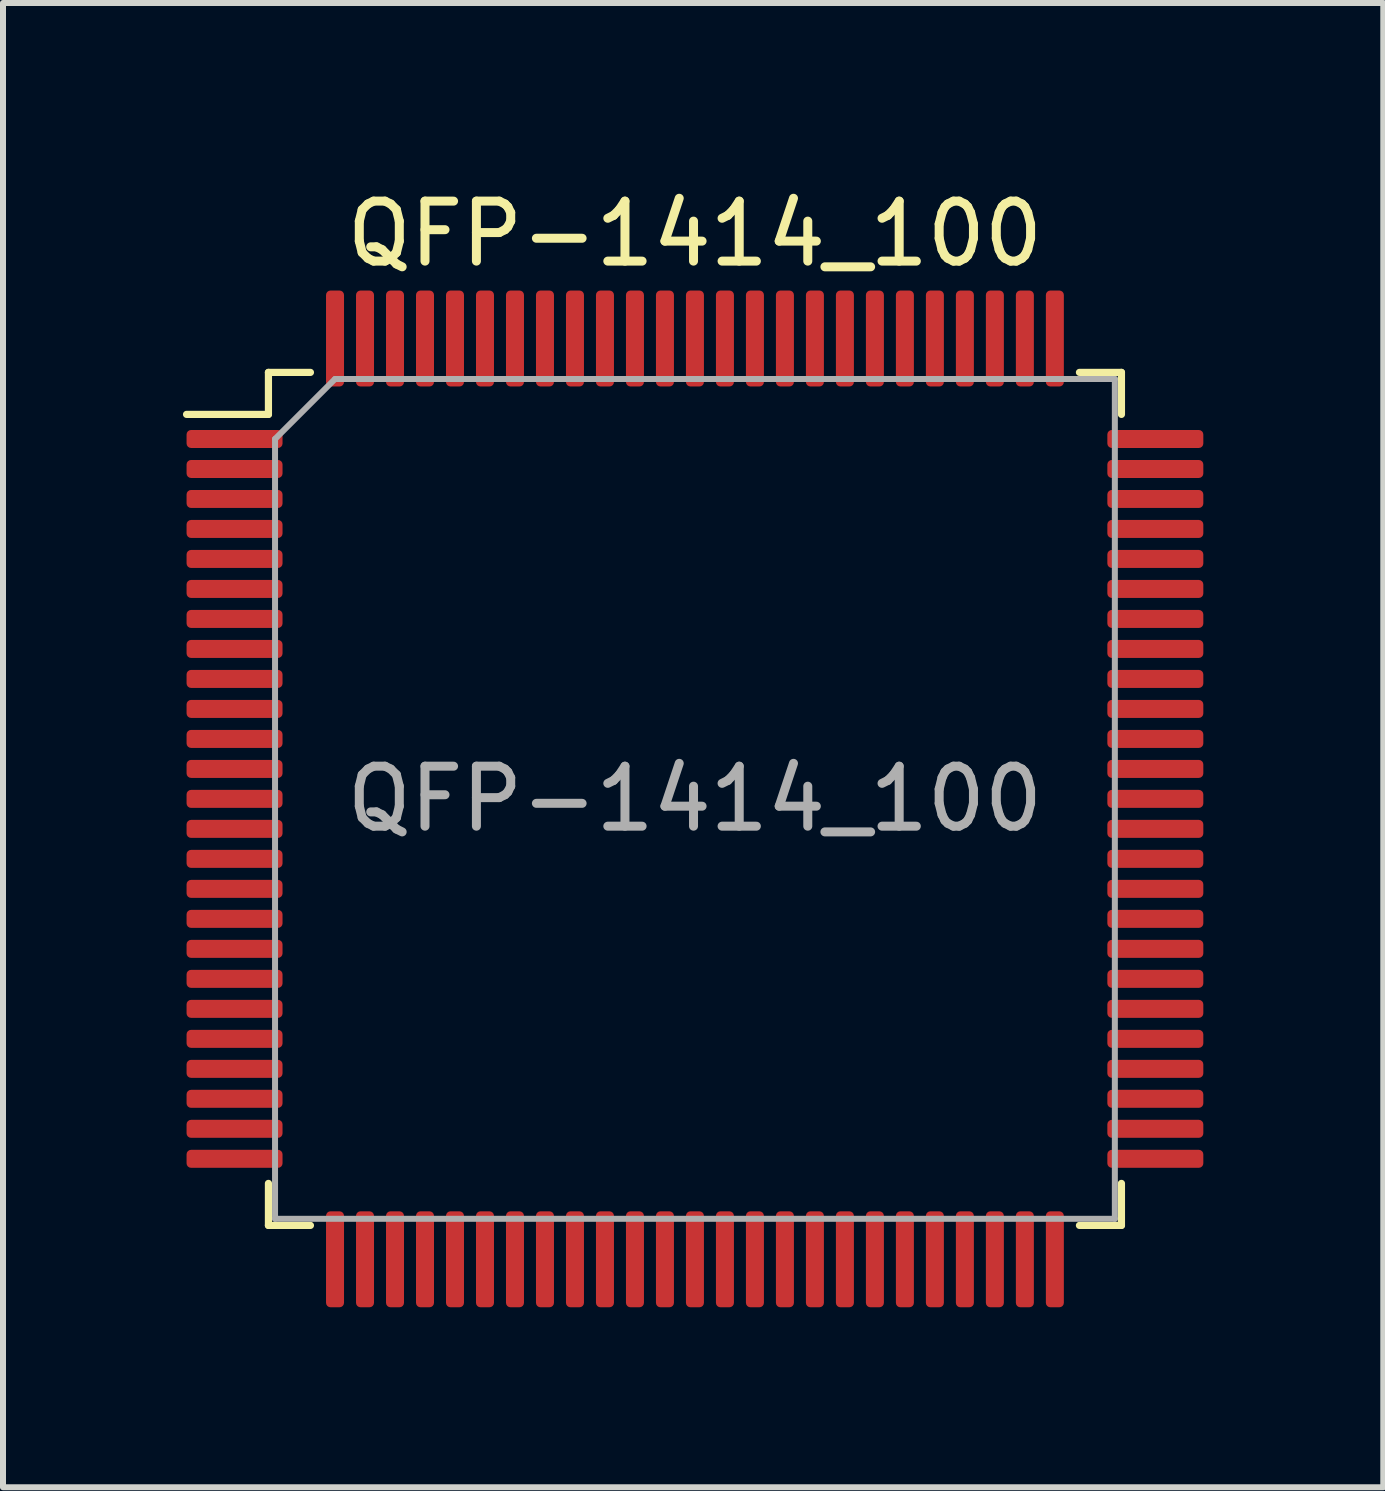
<source format=kicad_pcb>
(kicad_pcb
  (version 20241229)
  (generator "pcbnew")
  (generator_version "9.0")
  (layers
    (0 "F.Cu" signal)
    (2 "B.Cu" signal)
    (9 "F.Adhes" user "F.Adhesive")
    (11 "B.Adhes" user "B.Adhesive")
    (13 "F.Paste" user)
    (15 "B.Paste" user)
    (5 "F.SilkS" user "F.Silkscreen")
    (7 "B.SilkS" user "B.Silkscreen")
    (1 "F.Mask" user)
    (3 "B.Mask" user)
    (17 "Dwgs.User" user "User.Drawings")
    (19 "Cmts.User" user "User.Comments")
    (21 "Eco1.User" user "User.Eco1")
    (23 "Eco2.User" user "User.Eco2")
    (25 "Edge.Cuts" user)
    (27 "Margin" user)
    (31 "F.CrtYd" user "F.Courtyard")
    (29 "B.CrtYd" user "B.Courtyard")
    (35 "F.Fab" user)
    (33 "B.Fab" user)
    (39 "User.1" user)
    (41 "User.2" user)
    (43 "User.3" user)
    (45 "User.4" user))
  (footprint "QFP-1414_100"
    (layer "F.Cu")
    (at 8.535 10.268)
    (property "Reference" "QFP-1414_100" (at 0 -9.42 0) (layer "F.SilkS") (effects (font (size 1 1) (thickness 0.15))))
    (attr smd)
    (fp_line (start -7.11 -7.11) (end -7.11 -6.41) (stroke (width 0.12) (type solid)) (layer "F.SilkS"))
    (fp_line (start -7.11 -6.41) (end -8.475 -6.41) (stroke (width 0.12) (type solid)) (layer "F.SilkS"))
    (fp_line (start -7.11 7.11) (end -7.11 6.41) (stroke (width 0.12) (type solid)) (layer "F.SilkS"))
    (fp_line (start -6.41 -7.11) (end -7.11 -7.11) (stroke (width 0.12) (type solid)) (layer "F.SilkS"))
    (fp_line (start -6.41 7.11) (end -7.11 7.11) (stroke (width 0.12) (type solid)) (layer "F.SilkS"))
    (fp_line (start 6.41 -7.11) (end 7.11 -7.11) (stroke (width 0.12) (type solid)) (layer "F.SilkS"))
    (fp_line (start 6.41 7.11) (end 7.11 7.11) (stroke (width 0.12) (type solid)) (layer "F.SilkS"))
    (fp_line (start 7.11 -7.11) (end 7.11 -6.41) (stroke (width 0.12) (type solid)) (layer "F.SilkS"))
    (fp_line (start 7.11 7.11) (end 7.11 6.41) (stroke (width 0.12) (type solid)) (layer "F.SilkS"))
    (fp_line (start -7 -6) (end -6 -7) (stroke (width 0.1) (type solid)) (layer "F.Fab"))
    (fp_line (start -7 7) (end -7 -6) (stroke (width 0.1) (type solid)) (layer "F.Fab"))
    (fp_line (start -6 -7) (end 7 -7) (stroke (width 0.1) (type solid)) (layer "F.Fab"))
    (fp_line (start 7 -7) (end 7 7) (stroke (width 0.1) (type solid)) (layer "F.Fab"))
    (fp_line (start 7 7) (end -7 7) (stroke (width 0.1) (type solid)) (layer "F.Fab"))
    (fp_text user "${REFERENCE}" (at 0 0 0) (layer "F.Fab") (effects (font (size 1 1) (thickness 0.15))))
    (pad "1" smd roundrect (at -7.675 -6) (size 1.6 0.3) (layers "F.Cu" "F.Mask" "F.Paste") (roundrect_rratio 0.25))
    (pad "2" smd roundrect (at -7.675 -5.5) (size 1.6 0.3) (layers "F.Cu" "F.Mask" "F.Paste") (roundrect_rratio 0.25))
    (pad "3" smd roundrect (at -7.675 -5) (size 1.6 0.3) (layers "F.Cu" "F.Mask" "F.Paste") (roundrect_rratio 0.25))
    (pad "4" smd roundrect (at -7.675 -4.5) (size 1.6 0.3) (layers "F.Cu" "F.Mask" "F.Paste") (roundrect_rratio 0.25))
    (pad "5" smd roundrect (at -7.675 -4) (size 1.6 0.3) (layers "F.Cu" "F.Mask" "F.Paste") (roundrect_rratio 0.25))
    (pad "6" smd roundrect (at -7.675 -3.5) (size 1.6 0.3) (layers "F.Cu" "F.Mask" "F.Paste") (roundrect_rratio 0.25))
    (pad "7" smd roundrect (at -7.675 -3) (size 1.6 0.3) (layers "F.Cu" "F.Mask" "F.Paste") (roundrect_rratio 0.25))
    (pad "8" smd roundrect (at -7.675 -2.5) (size 1.6 0.3) (layers "F.Cu" "F.Mask" "F.Paste") (roundrect_rratio 0.25))
    (pad "9" smd roundrect (at -7.675 -2) (size 1.6 0.3) (layers "F.Cu" "F.Mask" "F.Paste") (roundrect_rratio 0.25))
    (pad "10" smd roundrect (at -7.675 -1.5) (size 1.6 0.3) (layers "F.Cu" "F.Mask" "F.Paste") (roundrect_rratio 0.25))
    (pad "11" smd roundrect (at -7.675 -1) (size 1.6 0.3) (layers "F.Cu" "F.Mask" "F.Paste") (roundrect_rratio 0.25))
    (pad "12" smd roundrect (at -7.675 -0.5) (size 1.6 0.3) (layers "F.Cu" "F.Mask" "F.Paste") (roundrect_rratio 0.25))
    (pad "13" smd roundrect (at -7.675 0) (size 1.6 0.3) (layers "F.Cu" "F.Mask" "F.Paste") (roundrect_rratio 0.25))
    (pad "14" smd roundrect (at -7.675 0.5) (size 1.6 0.3) (layers "F.Cu" "F.Mask" "F.Paste") (roundrect_rratio 0.25))
    (pad "15" smd roundrect (at -7.675 1) (size 1.6 0.3) (layers "F.Cu" "F.Mask" "F.Paste") (roundrect_rratio 0.25))
    (pad "16" smd roundrect (at -7.675 1.5) (size 1.6 0.3) (layers "F.Cu" "F.Mask" "F.Paste") (roundrect_rratio 0.25))
    (pad "17" smd roundrect (at -7.675 2) (size 1.6 0.3) (layers "F.Cu" "F.Mask" "F.Paste") (roundrect_rratio 0.25))
    (pad "18" smd roundrect (at -7.675 2.5) (size 1.6 0.3) (layers "F.Cu" "F.Mask" "F.Paste") (roundrect_rratio 0.25))
    (pad "19" smd roundrect (at -7.675 3) (size 1.6 0.3) (layers "F.Cu" "F.Mask" "F.Paste") (roundrect_rratio 0.25))
    (pad "20" smd roundrect (at -7.675 3.5) (size 1.6 0.3) (layers "F.Cu" "F.Mask" "F.Paste") (roundrect_rratio 0.25))
    (pad "21" smd roundrect (at -7.675 4) (size 1.6 0.3) (layers "F.Cu" "F.Mask" "F.Paste") (roundrect_rratio 0.25))
    (pad "22" smd roundrect (at -7.675 4.5) (size 1.6 0.3) (layers "F.Cu" "F.Mask" "F.Paste") (roundrect_rratio 0.25))
    (pad "23" smd roundrect (at -7.675 5) (size 1.6 0.3) (layers "F.Cu" "F.Mask" "F.Paste") (roundrect_rratio 0.25))
    (pad "24" smd roundrect (at -7.675 5.5) (size 1.6 0.3) (layers "F.Cu" "F.Mask" "F.Paste") (roundrect_rratio 0.25))
    (pad "25" smd roundrect (at -7.675 6) (size 1.6 0.3) (layers "F.Cu" "F.Mask" "F.Paste") (roundrect_rratio 0.25))
    (pad "26" smd roundrect (at -6 7.675) (size 0.3 1.6) (layers "F.Cu" "F.Mask" "F.Paste") (roundrect_rratio 0.25))
    (pad "27" smd roundrect (at -5.5 7.675) (size 0.3 1.6) (layers "F.Cu" "F.Mask" "F.Paste") (roundrect_rratio 0.25))
    (pad "28" smd roundrect (at -5 7.675) (size 0.3 1.6) (layers "F.Cu" "F.Mask" "F.Paste") (roundrect_rratio 0.25))
    (pad "29" smd roundrect (at -4.5 7.675) (size 0.3 1.6) (layers "F.Cu" "F.Mask" "F.Paste") (roundrect_rratio 0.25))
    (pad "30" smd roundrect (at -4 7.675) (size 0.3 1.6) (layers "F.Cu" "F.Mask" "F.Paste") (roundrect_rratio 0.25))
    (pad "31" smd roundrect (at -3.5 7.675) (size 0.3 1.6) (layers "F.Cu" "F.Mask" "F.Paste") (roundrect_rratio 0.25))
    (pad "32" smd roundrect (at -3 7.675) (size 0.3 1.6) (layers "F.Cu" "F.Mask" "F.Paste") (roundrect_rratio 0.25))
    (pad "33" smd roundrect (at -2.5 7.675) (size 0.3 1.6) (layers "F.Cu" "F.Mask" "F.Paste") (roundrect_rratio 0.25))
    (pad "34" smd roundrect (at -2 7.675) (size 0.3 1.6) (layers "F.Cu" "F.Mask" "F.Paste") (roundrect_rratio 0.25))
    (pad "35" smd roundrect (at -1.5 7.675) (size 0.3 1.6) (layers "F.Cu" "F.Mask" "F.Paste") (roundrect_rratio 0.25))
    (pad "36" smd roundrect (at -1 7.675) (size 0.3 1.6) (layers "F.Cu" "F.Mask" "F.Paste") (roundrect_rratio 0.25))
    (pad "37" smd roundrect (at -0.5 7.675) (size 0.3 1.6) (layers "F.Cu" "F.Mask" "F.Paste") (roundrect_rratio 0.25))
    (pad "38" smd roundrect (at 0 7.675) (size 0.3 1.6) (layers "F.Cu" "F.Mask" "F.Paste") (roundrect_rratio 0.25))
    (pad "39" smd roundrect (at 0.5 7.675) (size 0.3 1.6) (layers "F.Cu" "F.Mask" "F.Paste") (roundrect_rratio 0.25))
    (pad "40" smd roundrect (at 1 7.675) (size 0.3 1.6) (layers "F.Cu" "F.Mask" "F.Paste") (roundrect_rratio 0.25))
    (pad "41" smd roundrect (at 1.5 7.675) (size 0.3 1.6) (layers "F.Cu" "F.Mask" "F.Paste") (roundrect_rratio 0.25))
    (pad "42" smd roundrect (at 2 7.675) (size 0.3 1.6) (layers "F.Cu" "F.Mask" "F.Paste") (roundrect_rratio 0.25))
    (pad "43" smd roundrect (at 2.5 7.675) (size 0.3 1.6) (layers "F.Cu" "F.Mask" "F.Paste") (roundrect_rratio 0.25))
    (pad "44" smd roundrect (at 3 7.675) (size 0.3 1.6) (layers "F.Cu" "F.Mask" "F.Paste") (roundrect_rratio 0.25))
    (pad "45" smd roundrect (at 3.5 7.675) (size 0.3 1.6) (layers "F.Cu" "F.Mask" "F.Paste") (roundrect_rratio 0.25))
    (pad "46" smd roundrect (at 4 7.675) (size 0.3 1.6) (layers "F.Cu" "F.Mask" "F.Paste") (roundrect_rratio 0.25))
    (pad "47" smd roundrect (at 4.5 7.675) (size 0.3 1.6) (layers "F.Cu" "F.Mask" "F.Paste") (roundrect_rratio 0.25))
    (pad "48" smd roundrect (at 5 7.675) (size 0.3 1.6) (layers "F.Cu" "F.Mask" "F.Paste") (roundrect_rratio 0.25))
    (pad "49" smd roundrect (at 5.5 7.675) (size 0.3 1.6) (layers "F.Cu" "F.Mask" "F.Paste") (roundrect_rratio 0.25))
    (pad "50" smd roundrect (at 6 7.675) (size 0.3 1.6) (layers "F.Cu" "F.Mask" "F.Paste") (roundrect_rratio 0.25))
    (pad "51" smd roundrect (at 7.675 6) (size 1.6 0.3) (layers "F.Cu" "F.Mask" "F.Paste") (roundrect_rratio 0.25))
    (pad "52" smd roundrect (at 7.675 5.5) (size 1.6 0.3) (layers "F.Cu" "F.Mask" "F.Paste") (roundrect_rratio 0.25))
    (pad "53" smd roundrect (at 7.675 5) (size 1.6 0.3) (layers "F.Cu" "F.Mask" "F.Paste") (roundrect_rratio 0.25))
    (pad "54" smd roundrect (at 7.675 4.5) (size 1.6 0.3) (layers "F.Cu" "F.Mask" "F.Paste") (roundrect_rratio 0.25))
    (pad "55" smd roundrect (at 7.675 4) (size 1.6 0.3) (layers "F.Cu" "F.Mask" "F.Paste") (roundrect_rratio 0.25))
    (pad "56" smd roundrect (at 7.675 3.5) (size 1.6 0.3) (layers "F.Cu" "F.Mask" "F.Paste") (roundrect_rratio 0.25))
    (pad "57" smd roundrect (at 7.675 3) (size 1.6 0.3) (layers "F.Cu" "F.Mask" "F.Paste") (roundrect_rratio 0.25))
    (pad "58" smd roundrect (at 7.675 2.5) (size 1.6 0.3) (layers "F.Cu" "F.Mask" "F.Paste") (roundrect_rratio 0.25))
    (pad "59" smd roundrect (at 7.675 2) (size 1.6 0.3) (layers "F.Cu" "F.Mask" "F.Paste") (roundrect_rratio 0.25))
    (pad "60" smd roundrect (at 7.675 1.5) (size 1.6 0.3) (layers "F.Cu" "F.Mask" "F.Paste") (roundrect_rratio 0.25))
    (pad "61" smd roundrect (at 7.675 1) (size 1.6 0.3) (layers "F.Cu" "F.Mask" "F.Paste") (roundrect_rratio 0.25))
    (pad "62" smd roundrect (at 7.675 0.5) (size 1.6 0.3) (layers "F.Cu" "F.Mask" "F.Paste") (roundrect_rratio 0.25))
    (pad "63" smd roundrect (at 7.675 0) (size 1.6 0.3) (layers "F.Cu" "F.Mask" "F.Paste") (roundrect_rratio 0.25))
    (pad "64" smd roundrect (at 7.675 -0.5) (size 1.6 0.3) (layers "F.Cu" "F.Mask" "F.Paste") (roundrect_rratio 0.25))
    (pad "65" smd roundrect (at 7.675 -1) (size 1.6 0.3) (layers "F.Cu" "F.Mask" "F.Paste") (roundrect_rratio 0.25))
    (pad "66" smd roundrect (at 7.675 -1.5) (size 1.6 0.3) (layers "F.Cu" "F.Mask" "F.Paste") (roundrect_rratio 0.25))
    (pad "67" smd roundrect (at 7.675 -2) (size 1.6 0.3) (layers "F.Cu" "F.Mask" "F.Paste") (roundrect_rratio 0.25))
    (pad "68" smd roundrect (at 7.675 -2.5) (size 1.6 0.3) (layers "F.Cu" "F.Mask" "F.Paste") (roundrect_rratio 0.25))
    (pad "69" smd roundrect (at 7.675 -3) (size 1.6 0.3) (layers "F.Cu" "F.Mask" "F.Paste") (roundrect_rratio 0.25))
    (pad "70" smd roundrect (at 7.675 -3.5) (size 1.6 0.3) (layers "F.Cu" "F.Mask" "F.Paste") (roundrect_rratio 0.25))
    (pad "71" smd roundrect (at 7.675 -4) (size 1.6 0.3) (layers "F.Cu" "F.Mask" "F.Paste") (roundrect_rratio 0.25))
    (pad "72" smd roundrect (at 7.675 -4.5) (size 1.6 0.3) (layers "F.Cu" "F.Mask" "F.Paste") (roundrect_rratio 0.25))
    (pad "73" smd roundrect (at 7.675 -5) (size 1.6 0.3) (layers "F.Cu" "F.Mask" "F.Paste") (roundrect_rratio 0.25))
    (pad "74" smd roundrect (at 7.675 -5.5) (size 1.6 0.3) (layers "F.Cu" "F.Mask" "F.Paste") (roundrect_rratio 0.25))
    (pad "75" smd roundrect (at 7.675 -6) (size 1.6 0.3) (layers "F.Cu" "F.Mask" "F.Paste") (roundrect_rratio 0.25))
    (pad "76" smd roundrect (at 6 -7.675) (size 0.3 1.6) (layers "F.Cu" "F.Mask" "F.Paste") (roundrect_rratio 0.25))
    (pad "77" smd roundrect (at 5.5 -7.675) (size 0.3 1.6) (layers "F.Cu" "F.Mask" "F.Paste") (roundrect_rratio 0.25))
    (pad "78" smd roundrect (at 5 -7.675) (size 0.3 1.6) (layers "F.Cu" "F.Mask" "F.Paste") (roundrect_rratio 0.25))
    (pad "79" smd roundrect (at 4.5 -7.675) (size 0.3 1.6) (layers "F.Cu" "F.Mask" "F.Paste") (roundrect_rratio 0.25))
    (pad "80" smd roundrect (at 4 -7.675) (size 0.3 1.6) (layers "F.Cu" "F.Mask" "F.Paste") (roundrect_rratio 0.25))
    (pad "81" smd roundrect (at 3.5 -7.675) (size 0.3 1.6) (layers "F.Cu" "F.Mask" "F.Paste") (roundrect_rratio 0.25))
    (pad "82" smd roundrect (at 3 -7.675) (size 0.3 1.6) (layers "F.Cu" "F.Mask" "F.Paste") (roundrect_rratio 0.25))
    (pad "83" smd roundrect (at 2.5 -7.675) (size 0.3 1.6) (layers "F.Cu" "F.Mask" "F.Paste") (roundrect_rratio 0.25))
    (pad "84" smd roundrect (at 2 -7.675) (size 0.3 1.6) (layers "F.Cu" "F.Mask" "F.Paste") (roundrect_rratio 0.25))
    (pad "85" smd roundrect (at 1.5 -7.675) (size 0.3 1.6) (layers "F.Cu" "F.Mask" "F.Paste") (roundrect_rratio 0.25))
    (pad "86" smd roundrect (at 1 -7.675) (size 0.3 1.6) (layers "F.Cu" "F.Mask" "F.Paste") (roundrect_rratio 0.25))
    (pad "87" smd roundrect (at 0.5 -7.675) (size 0.3 1.6) (layers "F.Cu" "F.Mask" "F.Paste") (roundrect_rratio 0.25))
    (pad "88" smd roundrect (at 0 -7.675) (size 0.3 1.6) (layers "F.Cu" "F.Mask" "F.Paste") (roundrect_rratio 0.25))
    (pad "89" smd roundrect (at -0.5 -7.675) (size 0.3 1.6) (layers "F.Cu" "F.Mask" "F.Paste") (roundrect_rratio 0.25))
    (pad "90" smd roundrect (at -1 -7.675) (size 0.3 1.6) (layers "F.Cu" "F.Mask" "F.Paste") (roundrect_rratio 0.25))
    (pad "91" smd roundrect (at -1.5 -7.675) (size 0.3 1.6) (layers "F.Cu" "F.Mask" "F.Paste") (roundrect_rratio 0.25))
    (pad "92" smd roundrect (at -2 -7.675) (size 0.3 1.6) (layers "F.Cu" "F.Mask" "F.Paste") (roundrect_rratio 0.25))
    (pad "93" smd roundrect (at -2.5 -7.675) (size 0.3 1.6) (layers "F.Cu" "F.Mask" "F.Paste") (roundrect_rratio 0.25))
    (pad "94" smd roundrect (at -3 -7.675) (size 0.3 1.6) (layers "F.Cu" "F.Mask" "F.Paste") (roundrect_rratio 0.25))
    (pad "95" smd roundrect (at -3.5 -7.675) (size 0.3 1.6) (layers "F.Cu" "F.Mask" "F.Paste") (roundrect_rratio 0.25))
    (pad "96" smd roundrect (at -4 -7.675) (size 0.3 1.6) (layers "F.Cu" "F.Mask" "F.Paste") (roundrect_rratio 0.25))
    (pad "97" smd roundrect (at -4.5 -7.675) (size 0.3 1.6) (layers "F.Cu" "F.Mask" "F.Paste") (roundrect_rratio 0.25))
    (pad "98" smd roundrect (at -5 -7.675) (size 0.3 1.6) (layers "F.Cu" "F.Mask" "F.Paste") (roundrect_rratio 0.25))
    (pad "99" smd roundrect (at -5.5 -7.675) (size 0.3 1.6) (layers "F.Cu" "F.Mask" "F.Paste") (roundrect_rratio 0.25))
    (pad "100" smd roundrect (at -6 -7.675) (size 0.3 1.6) (layers "F.Cu" "F.Mask" "F.Paste") (roundrect_rratio 0.25)))
  (gr_rect
    (start -3 -3)
    (end 20.01 21.743)
    (stroke (width 0.1) (type default))
    (fill no)
    (layer "Edge.Cuts")))
</source>
